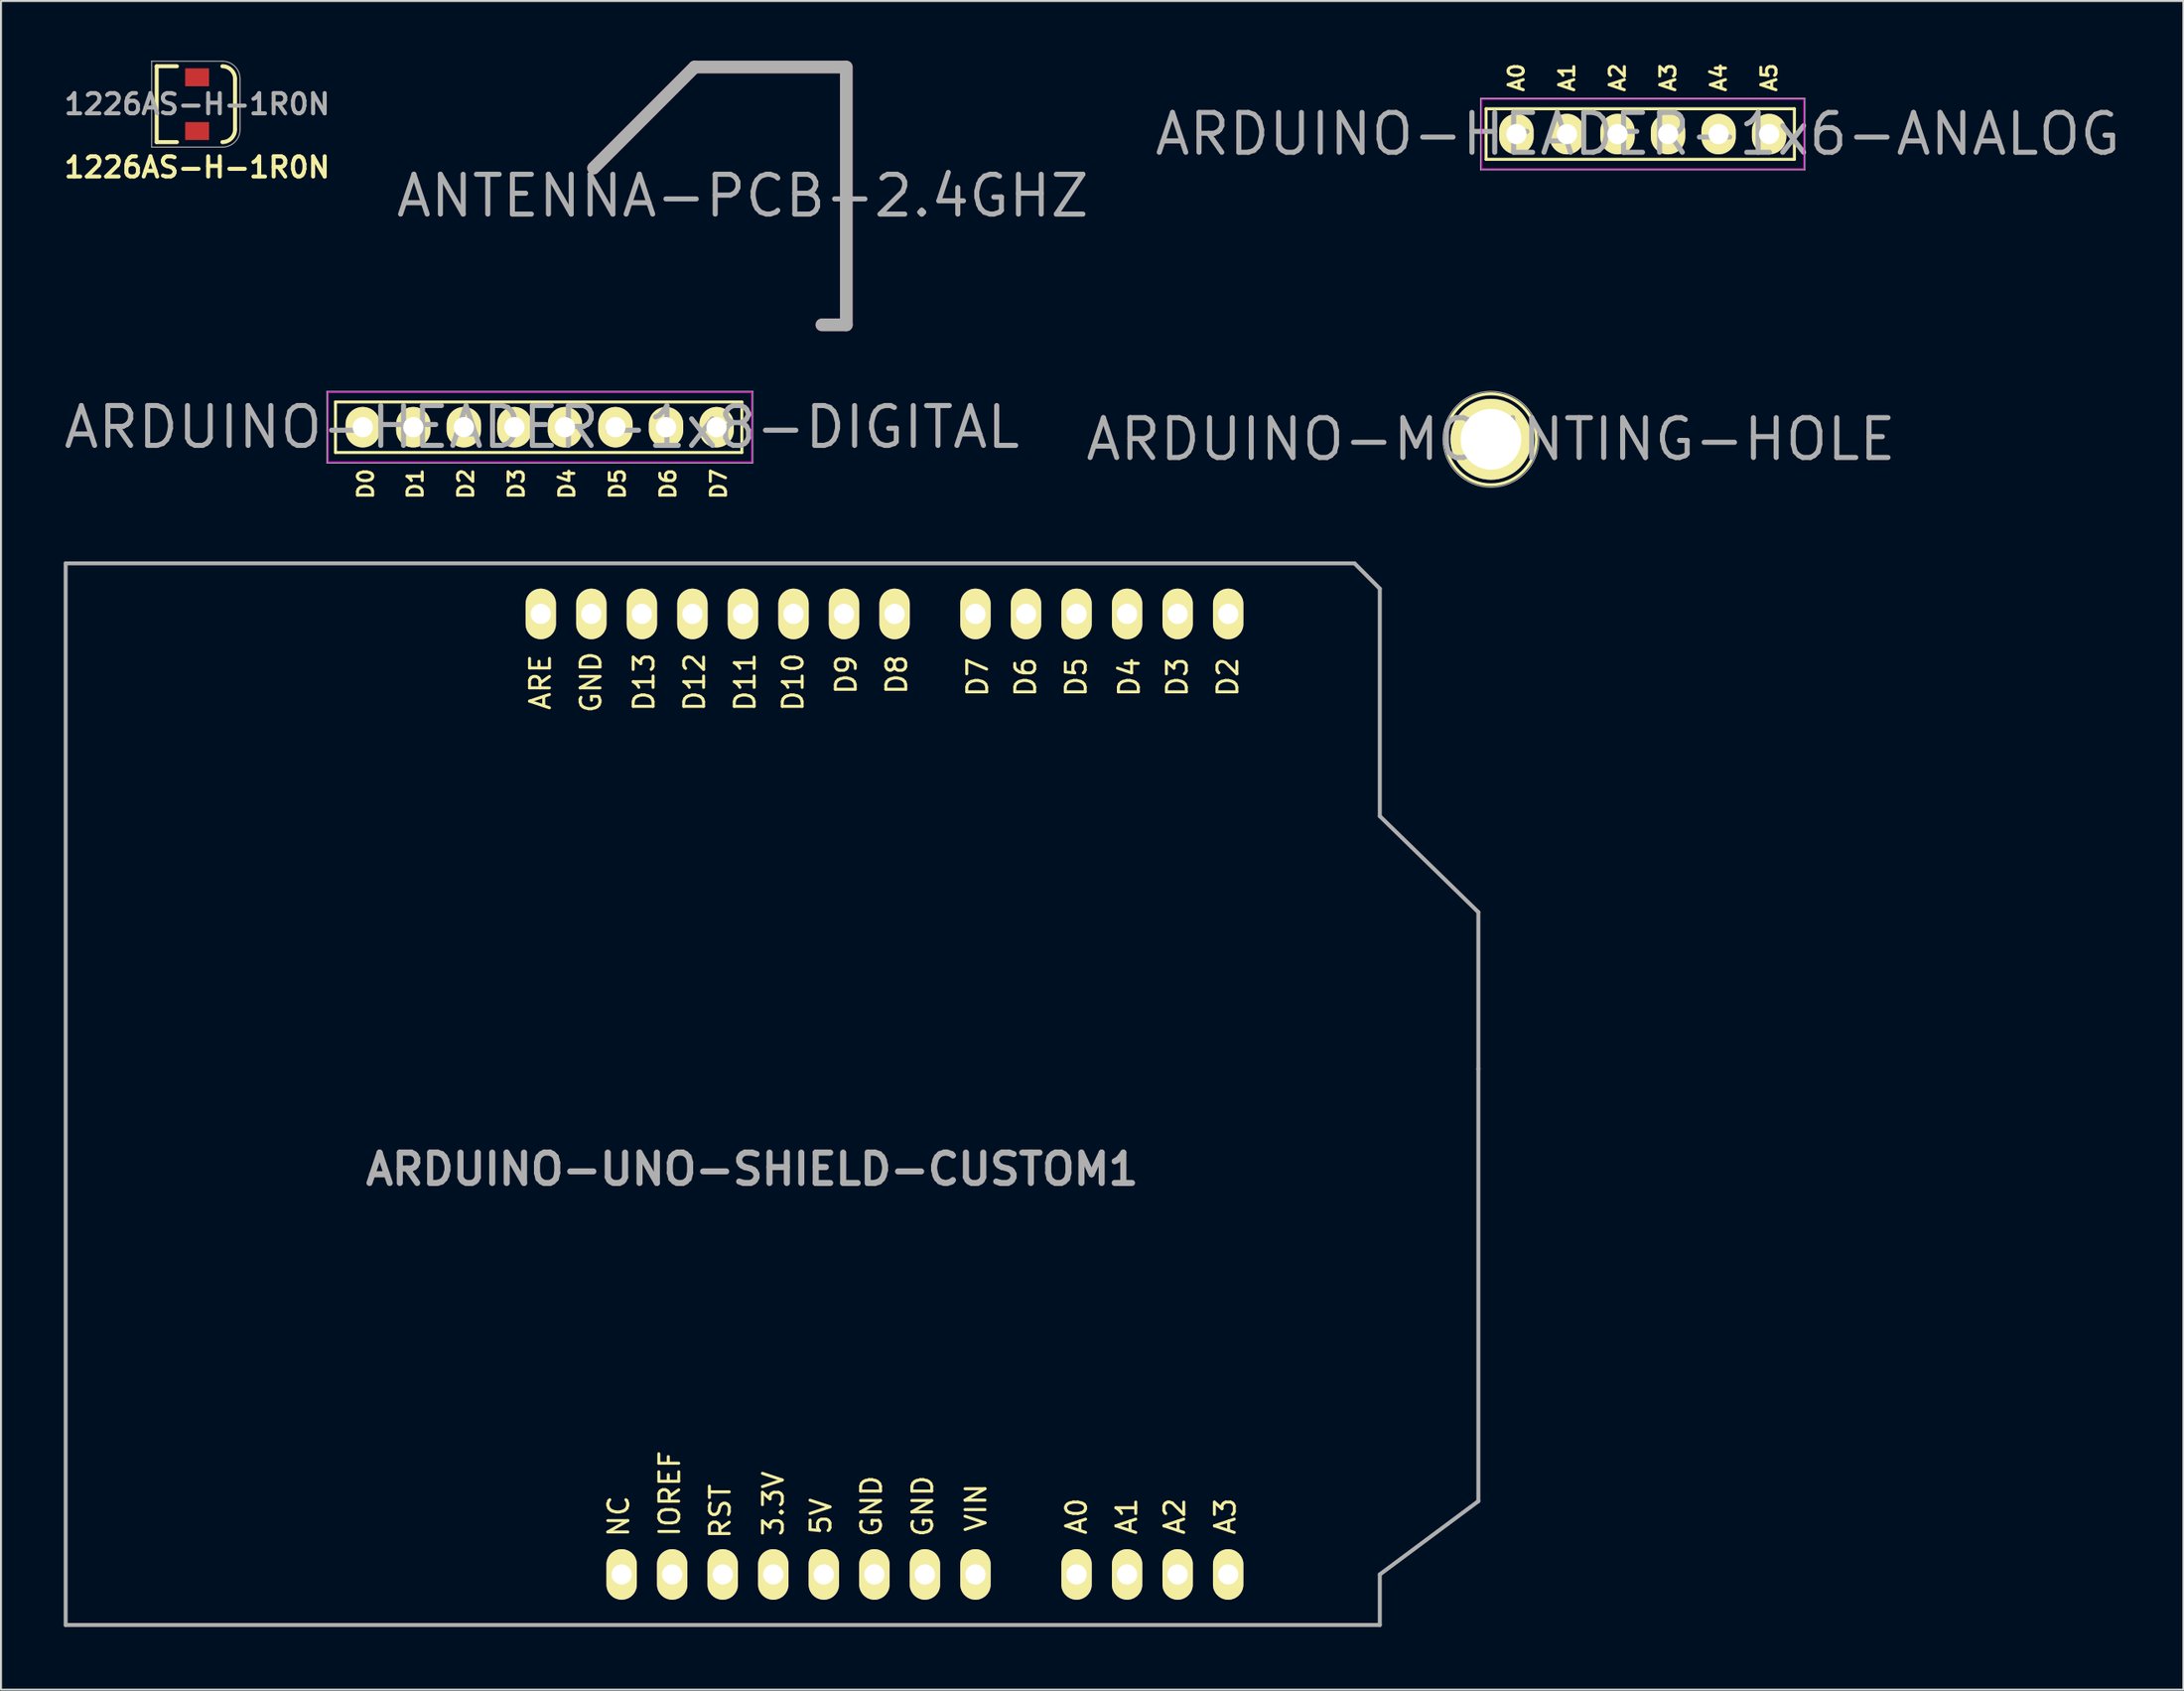
<source format=kicad_pcb>
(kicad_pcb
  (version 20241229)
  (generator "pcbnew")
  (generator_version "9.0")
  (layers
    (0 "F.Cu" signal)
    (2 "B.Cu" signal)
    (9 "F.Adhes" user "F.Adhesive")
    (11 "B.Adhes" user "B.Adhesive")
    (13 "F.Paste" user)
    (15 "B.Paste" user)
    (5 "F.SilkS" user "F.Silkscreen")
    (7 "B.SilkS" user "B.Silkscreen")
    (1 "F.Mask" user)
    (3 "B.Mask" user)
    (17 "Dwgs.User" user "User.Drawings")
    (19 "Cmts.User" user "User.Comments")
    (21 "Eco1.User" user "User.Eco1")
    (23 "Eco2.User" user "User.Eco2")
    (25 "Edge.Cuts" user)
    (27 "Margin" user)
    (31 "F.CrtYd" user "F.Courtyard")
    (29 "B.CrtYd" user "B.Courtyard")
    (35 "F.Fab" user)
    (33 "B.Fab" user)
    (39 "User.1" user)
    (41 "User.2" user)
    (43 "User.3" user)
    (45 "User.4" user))
  (footprint "1226AS-H-1R0N"
    (layer "F.Cu")
    (at 6.856 2.184)
    (property "Reference" "1226AS-H-1R0N" (at 0 0 0) (layer "F.Fab") (effects (font (size 1.016 1.016) (thickness 0.203))))
    (attr smd)
    (fp_line (start -2.032 -1.905) (end -2.032 1.905) (stroke (width 0.2) (type solid)) (layer "F.SilkS"))
    (fp_line (start -2.032 1.905) (end -1.016 1.905) (stroke (width 0.2) (type solid)) (layer "F.SilkS"))
    (fp_line (start -1.016 -1.905) (end -2.032 -1.905) (stroke (width 0.2) (type solid)) (layer "F.SilkS"))
    (fp_line (start 1.905 -1.27) (end 1.905 1.27) (stroke (width 0.2) (type solid)) (layer "F.SilkS"))
    (fp_arc (start 1.27 -1.905) (mid 1.719013 -1.719013) (end 1.905 -1.27) (stroke (width 0.2) (type solid)) (layer "F.SilkS"))
    (fp_arc (start 1.905 1.27) (mid 1.719013 1.719013) (end 1.27 1.905) (stroke (width 0.2) (type solid)) (layer "F.SilkS"))
    (fp_line (start -2.286 -2.159) (end 1.27 -2.159) (stroke (width 0.05) (type solid)) (layer "F.Fab"))
    (fp_line (start -2.286 2.159) (end -2.286 -2.159) (stroke (width 0.05) (type solid)) (layer "F.Fab"))
    (fp_line (start -2.286 2.159) (end 1.27 2.159) (stroke (width 0.05) (type solid)) (layer "F.Fab"))
    (fp_line (start 2.159 -1.27) (end 2.159 1.27) (stroke (width 0.05) (type solid)) (layer "F.Fab"))
    (fp_arc (start 1.27 -2.159) (mid 1.898618 -1.898618) (end 2.159 -1.27) (stroke (width 0.05) (type solid)) (layer "F.Fab"))
    (fp_arc (start 2.159 1.27) (mid 1.898618 1.898618) (end 1.27 2.159) (stroke (width 0.05) (type solid)) (layer "F.Fab"))
    (fp_text user "${REFERENCE}" (at 0 3.175 0) (layer "F.SilkS") (effects (font (size 1.016 1.016) (thickness 0.203))))
    (pad "1" smd rect (at 0 -1.35) (size 1.2 0.9) (layers "F.Cu" "F.Mask" "F.Paste"))
    (pad "2" smd rect (at 0 1.35) (size 1.2 0.9) (layers "F.Cu" "F.Mask" "F.Paste")))
  (footprint "ANTENNA-PCB-2.4GHZ"
    (layer "F.Cu")
    (at 26.78 5.397)
    (property "Reference" "ANTENNA-PCB-2.4GHZ" (at 7.493 1.397 0) (layer "F.Fab") (effects (font (size 2 2) (thickness 0.254))))
    (attr exclude_from_pos_files exclude_from_bom)
    (fp_line (start 5.08 -5.08) (end 0 0) (stroke (width 0.635) (type solid)) (layer "F.Cu"))
    (fp_line (start 11.473 7.874) (end 12.7 7.874) (stroke (width 0.635) (type solid)) (layer "F.Cu"))
    (fp_line (start 12.649 -5.08) (end 5.08 -5.08) (stroke (width 0.635) (type solid)) (layer "F.Cu"))
    (fp_line (start 12.7 7.874) (end 12.7 -5.08) (stroke (width 0.635) (type solid)) (layer "F.Cu"))
    (fp_line (start 5.08 -5.08) (end 0 0) (stroke (width 0.635) (type solid)) (layer "F.Mask"))
    (fp_line (start 11.473 7.874) (end 12.7 7.874) (stroke (width 0.635) (type solid)) (layer "F.Mask"))
    (fp_line (start 12.649 -5.08) (end 5.08 -5.08) (stroke (width 0.635) (type solid)) (layer "F.Mask"))
    (fp_line (start 12.7 7.874) (end 12.7 -5.08) (stroke (width 0.635) (type solid)) (layer "F.Mask"))
    (fp_line (start 5.08 -5.08) (end 0 0) (stroke (width 0.635) (type solid)) (layer "F.Fab"))
    (fp_line (start 11.473 7.874) (end 12.7 7.874) (stroke (width 0.635) (type solid)) (layer "F.Fab"))
    (fp_line (start 12.649 -5.08) (end 5.08 -5.08) (stroke (width 0.635) (type solid)) (layer "F.Fab"))
    (fp_line (start 12.7 7.874) (end 12.7 -5.08) (stroke (width 0.635) (type solid)) (layer "F.Fab"))
    (pad "GND" smd circle (at 0 0) (size 0.635 0.635) (layers "F.Cu")))
  (footprint "ARDUINO-UNO-SHIELD-CUSTOM1"
    (layer "F.Cu")
    (at 0.25 78.595)
    (property "Reference" "ARDUINO-UNO-SHIELD-CUSTOM1" (at 34.5 -22.9 0) (layer "F.Fab") (effects (font (size 1.524 1.524) (thickness 0.305))))
    (attr smd)
    (fp_line (start 0 0) (end 0 -53.34) (stroke (width 0.2) (type solid)) (layer "F.Fab"))
    (fp_line (start 0 0) (end 66.04 0) (stroke (width 0.2) (type solid)) (layer "F.Fab"))
    (fp_line (start 64.77 -53.34) (end 0 -53.34) (stroke (width 0.2) (type solid)) (layer "F.Fab"))
    (fp_line (start 66.04 -52.07) (end 64.77 -53.34) (stroke (width 0.2) (type solid)) (layer "F.Fab"))
    (fp_line (start 66.04 -40.64) (end 66.04 -52.07) (stroke (width 0.2) (type solid)) (layer "F.Fab"))
    (fp_line (start 66.04 -40.64) (end 70.993 -35.814) (stroke (width 0.2) (type solid)) (layer "F.Fab"))
    (fp_line (start 66.04 -2.54) (end 66.04 0) (stroke (width 0.2) (type solid)) (layer "F.Fab"))
    (fp_line (start 66.04 -2.54) (end 70.993 -6.223) (stroke (width 0.2) (type solid)) (layer "F.Fab"))
    (fp_line (start 70.993 -35.814) (end 70.993 -27.94) (stroke (width 0.2) (type solid)) (layer "F.Fab"))
    (fp_line (start 70.993 -27.94) (end 70.993 -6.223) (stroke (width 0.2) (type solid)) (layer "F.Fab"))
    (fp_text user "NC" (at 27.793 -5.461 90) (layer "F.SilkS") (effects (font (size 1 1) (thickness 0.15))))
    (fp_text user "D12" (at 31.603 -47.371 90) (layer "F.SilkS") (effects (font (size 1 1) (thickness 0.15))))
    (fp_text user "GND" (at 40.493 -5.969 90) (layer "F.SilkS") (effects (font (size 1 1) (thickness 0.15))))
    (fp_text user "3.3V" (at 35.56 -6.096 90) (layer "F.SilkS") (effects (font (size 1 1) (thickness 0.15))))
    (fp_text user "D10" (at 36.556 -47.371 90) (layer "F.SilkS") (effects (font (size 1 1) (thickness 0.15))))
    (fp_text user "GND" (at 43.068 -5.969 90) (layer "F.SilkS") (effects (font (size 1 1) (thickness 0.15))))
    (fp_text user "D6" (at 48.24 -47.625 90) (layer "F.SilkS") (effects (font (size 1 1) (thickness 0.15))))
    (fp_text user "D4" (at 53.447 -47.625 90) (layer "F.SilkS") (effects (font (size 1 1) (thickness 0.15))))
    (fp_text user "D2" (at 58.4 -47.625 90) (layer "F.SilkS") (effects (font (size 1 1) (thickness 0.15))))
    (fp_text user "D8" (at 41.763 -47.752 90) (layer "F.SilkS") (effects (font (size 1 1) (thickness 0.15))))
    (fp_text user "D11" (at 34.143 -47.371 90) (layer "F.SilkS") (effects (font (size 1 1) (thickness 0.15))))
    (fp_text user "D9" (at 39.223 -47.752 90) (layer "F.SilkS") (effects (font (size 1 1) (thickness 0.15))))
    (fp_text user "A2" (at 55.733 -5.461 90) (layer "F.SilkS") (effects (font (size 1 1) (thickness 0.15))))
    (fp_text user "5V" (at 37.953 -5.461 90) (layer "F.SilkS") (effects (font (size 1 1) (thickness 0.15))))
    (fp_text user "A1" (at 53.32 -5.461 90) (layer "F.SilkS") (effects (font (size 1 1) (thickness 0.15))))
    (fp_text user "VIN" (at 45.743 -5.894 90) (layer "F.SilkS") (effects (font (size 1 1) (thickness 0.15))))
    (fp_text user "ARE" (at 23.856 -47.371 90) (layer "F.SilkS") (effects (font (size 1 1) (thickness 0.15))))
    (fp_text user "D13" (at 29.063 -47.371 90) (layer "F.SilkS") (effects (font (size 1 1) (thickness 0.15))))
    (fp_text user "RST" (at 32.893 -5.715 90) (layer "F.SilkS") (effects (font (size 1 1) (thickness 0.15))))
    (fp_text user "GND" (at 26.396 -47.371 90) (layer "F.SilkS") (effects (font (size 1 1) (thickness 0.15))))
    (fp_text user "A3" (at 58.273 -5.461 90) (layer "F.SilkS") (effects (font (size 1 1) (thickness 0.15))))
    (fp_text user "D5" (at 50.78 -47.625 90) (layer "F.SilkS") (effects (font (size 1 1) (thickness 0.15))))
    (fp_text user "D7" (at 45.827 -47.625 90) (layer "F.SilkS") (effects (font (size 1 1) (thickness 0.15))))
    (fp_text user "IOREF" (at 30.353 -6.604 90) (layer "F.SilkS") (effects (font (size 1 1) (thickness 0.15))))
    (fp_text user "A0" (at 50.8 -5.461 90) (layer "F.SilkS") (effects (font (size 1 1) (thickness 0.15))))
    (fp_text user "D3" (at 55.86 -47.625 90) (layer "F.SilkS") (effects (font (size 1 1) (thickness 0.15))))
    (pad "3V3" thru_hole oval (at 35.56 -2.54 90) (size 2.54 1.524) (drill 1.016) (layers "*.Cu" "*.Mask" "F.SilkS"))
    (pad "5V" thru_hole oval (at 38.1 -2.54 90) (size 2.54 1.524) (drill 1.016) (layers "*.Cu" "*.Mask" "F.SilkS"))
    (pad "A0" thru_hole oval (at 50.8 -2.54 90) (size 2.54 1.524) (drill 1.016) (layers "*.Cu" "*.Mask" "F.SilkS"))
    (pad "A1" thru_hole oval (at 53.34 -2.54 90) (size 2.54 1.524) (drill 1.016) (layers "*.Cu" "*.Mask" "F.SilkS"))
    (pad "A2" thru_hole oval (at 55.88 -2.54 90) (size 2.54 1.524) (drill 1.016) (layers "*.Cu" "*.Mask" "F.SilkS"))
    (pad "A3" thru_hole oval (at 58.42 -2.54 90) (size 2.54 1.524) (drill 1.016) (layers "*.Cu" "*.Mask" "F.SilkS"))
    (pad "AREF" thru_hole oval (at 23.876 -50.8 90) (size 2.54 1.524) (drill 1.016) (layers "*.Cu" "*.Mask" "F.SilkS"))
    (pad "D2" thru_hole oval (at 58.42 -50.8 90) (size 2.54 1.524) (drill 1.016) (layers "*.Cu" "*.Mask" "F.SilkS"))
    (pad "D3" thru_hole oval (at 55.88 -50.8 90) (size 2.54 1.524) (drill 1.016) (layers "*.Cu" "*.Mask" "F.SilkS"))
    (pad "D4" thru_hole oval (at 53.34 -50.8 90) (size 2.54 1.524) (drill 1.016) (layers "*.Cu" "*.Mask" "F.SilkS"))
    (pad "D5" thru_hole oval (at 50.8 -50.8 90) (size 2.54 1.524) (drill 1.016) (layers "*.Cu" "*.Mask" "F.SilkS"))
    (pad "D6" thru_hole oval (at 48.26 -50.8 90) (size 2.54 1.524) (drill 1.016) (layers "*.Cu" "*.Mask" "F.SilkS"))
    (pad "D7" thru_hole oval (at 45.72 -50.8 90) (size 2.54 1.524) (drill 1.016) (layers "*.Cu" "*.Mask" "F.SilkS"))
    (pad "D8" thru_hole oval (at 41.656 -50.8 90) (size 2.54 1.524) (drill 1.016) (layers "*.Cu" "*.Mask" "F.SilkS"))
    (pad "D9" thru_hole oval (at 39.116 -50.8 90) (size 2.54 1.524) (drill 1.016) (layers "*.Cu" "*.Mask" "F.SilkS"))
    (pad "D10" thru_hole oval (at 36.576 -50.8 90) (size 2.54 1.524) (drill 1.016) (layers "*.Cu" "*.Mask" "F.SilkS"))
    (pad "D11" thru_hole oval (at 34.036 -50.8 90) (size 2.54 1.524) (drill 1.016) (layers "*.Cu" "*.Mask" "F.SilkS"))
    (pad "D12" thru_hole oval (at 31.496 -50.8 90) (size 2.54 1.524) (drill 1.016) (layers "*.Cu" "*.Mask" "F.SilkS"))
    (pad "D13" thru_hole oval (at 28.956 -50.8 90) (size 2.54 1.524) (drill 1.016) (layers "*.Cu" "*.Mask" "F.SilkS"))
    (pad "GND1" thru_hole oval (at 40.64 -2.54 90) (size 2.54 1.524) (drill 1.016) (layers "*.Cu" "*.Mask" "F.SilkS"))
    (pad "GND2" thru_hole oval (at 43.18 -2.54 90) (size 2.54 1.524) (drill 1.016) (layers "*.Cu" "*.Mask" "F.SilkS"))
    (pad "GND3" thru_hole oval (at 26.416 -50.8 90) (size 2.54 1.524) (drill 1.016) (layers "*.Cu" "*.Mask" "F.SilkS"))
    (pad "IO" thru_hole oval (at 30.48 -2.54 90) (size 2.54 1.524) (drill 1.016) (layers "*.Cu" "*.Mask" "F.SilkS"))
    (pad "NC" thru_hole oval (at 27.94 -2.54 90) (size 2.54 1.524) (drill 1.016) (layers "*.Cu" "*.Mask" "F.SilkS"))
    (pad "RST" thru_hole oval (at 33.02 -2.54 90) (size 2.54 1.524) (drill 1.016) (layers "*.Cu" "*.Mask" "F.SilkS"))
    (pad "VIN" thru_hole oval (at 45.72 -2.54 90) (size 2.54 1.524) (drill 1.016) (layers "*.Cu" "*.Mask" "F.SilkS")))
  (footprint "ARDUINO-MOUNTING-HOLE"
    (layer "F.Cu")
    (at 71.876 19.022)
    (property "Reference" "ARDUINO-MOUNTING-HOLE" (at 0 0 0) (layer "F.Fab") (effects (font (size 2 2) (thickness 0.254))))
    (attr exclude_from_pos_files exclude_from_bom)
    (fp_circle (center 0 0) (end 0 -2.286) (stroke (width 0.15) (type solid)) (fill no) (layer "F.SilkS"))
    (fp_circle (center 0 0) (end 1.6 1.8) (stroke (width 0.05) (type solid)) (fill no) (layer "F.Fab"))
    (pad "1" thru_hole circle (at 0 0) (size 4.064 4.064) (drill 3.048) (layers "*.Cu" "*.Mask" "F.SilkS")))
  (footprint "ARDUINO-HEADER-1x6-ANALOG"
    (layer "F.Cu")
    (at 73.154 3.687)
    (property "Reference" "ARDUINO-HEADER-1x6-ANALOG" (at 6.1 0 0) (layer "F.Fab") (effects (font (size 2 2) (thickness 0.254))))
    (attr smd)
    (fp_line (start -1.524 1.27) (end -1.524 -1.27) (stroke (width 0.15) (type solid)) (layer "F.SilkS"))
    (fp_line (start -1.524 1.27) (end 13.97 1.27) (stroke (width 0.15) (type solid)) (layer "F.SilkS"))
    (fp_line (start 13.97 -1.27) (end -1.524 -1.27) (stroke (width 0.15) (type solid)) (layer "F.SilkS"))
    (fp_line (start 13.97 1.27) (end 13.97 -1.27) (stroke (width 0.15) (type solid)) (layer "F.SilkS"))
    (fp_line (start -1.75 -1.75) (end -1.75 1.75) (stroke (width 0.05) (type solid)) (layer "F.CrtYd"))
    (fp_line (start -1.75 -1.75) (end 14.45 -1.75) (stroke (width 0.05) (type solid)) (layer "F.CrtYd"))
    (fp_line (start -1.75 1.75) (end 14.45 1.75) (stroke (width 0.05) (type solid)) (layer "F.CrtYd"))
    (fp_line (start 14.45 -1.75) (end 14.45 1.75) (stroke (width 0.05) (type solid)) (layer "F.CrtYd"))
    (fp_line (start -1.8 -1.8) (end -1.8 1.8) (stroke (width 0.05) (type solid)) (layer "F.Fab"))
    (fp_line (start -1.8 1.8) (end 14.5 1.8) (stroke (width 0.05) (type solid)) (layer "F.Fab"))
    (fp_line (start 14.5 -1.8) (end -1.8 -1.8) (stroke (width 0.05) (type solid)) (layer "F.Fab"))
    (fp_line (start 14.5 1.8) (end 14.5 -1.8) (stroke (width 0.05) (type solid)) (layer "F.Fab"))
    (fp_text user "A1" (at 2.54 -2.845 90) (layer "F.SilkS") (effects (font (size 0.762 0.762) (thickness 0.152))))
    (fp_text user "A5" (at 12.7 -2.845 90) (layer "F.SilkS") (effects (font (size 0.762 0.762) (thickness 0.152))))
    (fp_text user "A0" (at 0 -2.845 90) (layer "F.SilkS") (effects (font (size 0.762 0.762) (thickness 0.152))))
    (fp_text user "A4" (at 10.16 -2.845 90) (layer "F.SilkS") (effects (font (size 0.762 0.762) (thickness 0.152))))
    (fp_text user "A3" (at 7.62 -2.845 90) (layer "F.SilkS") (effects (font (size 0.762 0.762) (thickness 0.152))))
    (fp_text user "A2" (at 5.08 -2.845 90) (layer "F.SilkS") (effects (font (size 0.762 0.762) (thickness 0.152))))
    (pad "A0" thru_hole oval (at 0 0) (size 1.727 2.032) (drill 1.016) (layers "*.Cu" "*.Mask" "F.SilkS"))
    (pad "A1" thru_hole oval (at 2.54 0) (size 1.727 2.032) (drill 1.016) (layers "*.Cu" "*.Mask" "F.SilkS"))
    (pad "A2" thru_hole oval (at 5.08 0) (size 1.727 2.032) (drill 1.016) (layers "*.Cu" "*.Mask" "F.SilkS"))
    (pad "A3" thru_hole oval (at 7.62 0) (size 1.727 2.032) (drill 1.016) (layers "*.Cu" "*.Mask" "F.SilkS"))
    (pad "A4" thru_hole oval (at 10.16 0) (size 1.727 2.032) (drill 1.016) (layers "*.Cu" "*.Mask" "F.SilkS"))
    (pad "A5" thru_hole oval (at 12.7 0) (size 1.727 2.032) (drill 1.016) (layers "*.Cu" "*.Mask" "F.SilkS")))
  (footprint "ARDUINO-HEADER-1x8-DIGITAL"
    (layer "F.Cu")
    (at 15.181 18.414)
    (property "Reference" "ARDUINO-HEADER-1x8-DIGITAL" (at 9 0 0) (layer "F.Fab") (effects (font (size 2 2) (thickness 0.254))))
    (attr smd)
    (fp_line (start -1.372 1.27) (end -1.372 -1.27) (stroke (width 0.15) (type solid)) (layer "F.SilkS"))
    (fp_line (start -1.372 1.27) (end 19.05 1.27) (stroke (width 0.15) (type solid)) (layer "F.SilkS"))
    (fp_line (start 19.05 -1.27) (end -1.372 -1.27) (stroke (width 0.15) (type solid)) (layer "F.SilkS"))
    (fp_line (start 19.05 1.27) (end 19.05 -1.27) (stroke (width 0.15) (type solid)) (layer "F.SilkS"))
    (fp_line (start -1.75 -1.75) (end -1.75 1.75) (stroke (width 0.05) (type solid)) (layer "F.CrtYd"))
    (fp_line (start -1.75 -1.75) (end 19.55 -1.75) (stroke (width 0.05) (type solid)) (layer "F.CrtYd"))
    (fp_line (start -1.75 1.75) (end 19.55 1.75) (stroke (width 0.05) (type solid)) (layer "F.CrtYd"))
    (fp_line (start 19.55 -1.75) (end 19.55 1.75) (stroke (width 0.05) (type solid)) (layer "F.CrtYd"))
    (fp_line (start -1.8 -1.8) (end -1.8 1.8) (stroke (width 0.05) (type solid)) (layer "F.Fab"))
    (fp_line (start -1.8 1.8) (end 19.6 1.8) (stroke (width 0.05) (type solid)) (layer "F.Fab"))
    (fp_line (start 19.6 -1.8) (end -1.8 -1.8) (stroke (width 0.05) (type solid)) (layer "F.Fab"))
    (fp_line (start 19.6 1.8) (end 19.6 -1.8) (stroke (width 0.05) (type solid)) (layer "F.Fab"))
    (fp_text user "D0" (at 0.152 2.845 90) (layer "F.SilkS") (effects (font (size 0.762 0.762) (thickness 0.152))))
    (fp_text user "D7" (at 17.882 2.845 270) (layer "F.SilkS") (effects (font (size 0.762 0.762) (thickness 0.152))))
    (fp_text user "D4" (at 10.262 2.845 270) (layer "F.SilkS") (effects (font (size 0.762 0.762) (thickness 0.152))))
    (fp_text user "D1" (at 2.642 2.845 90) (layer "F.SilkS") (effects (font (size 0.762 0.762) (thickness 0.152))))
    (fp_text user "D2" (at 5.182 2.845 90) (layer "F.SilkS") (effects (font (size 0.762 0.762) (thickness 0.152))))
    (fp_text user "D6" (at 15.342 2.845 270) (layer "F.SilkS") (effects (font (size 0.762 0.762) (thickness 0.152))))
    (fp_text user "D5" (at 12.802 2.845 270) (layer "F.SilkS") (effects (font (size 0.762 0.762) (thickness 0.152))))
    (fp_text user "D3" (at 7.722 2.845 270) (layer "F.SilkS") (effects (font (size 0.762 0.762) (thickness 0.152))))
    (pad "D0" thru_hole oval (at 0 0) (size 1.727 2.032) (drill 1.016) (layers "*.Cu" "*.Mask" "F.SilkS"))
    (pad "D1" thru_hole oval (at 2.54 0) (size 1.727 2.032) (drill 1.016) (layers "*.Cu" "*.Mask" "F.SilkS"))
    (pad "D2" thru_hole oval (at 5.08 0) (size 1.727 2.032) (drill 1.016) (layers "*.Cu" "*.Mask" "F.SilkS"))
    (pad "D3" thru_hole oval (at 7.62 0) (size 1.727 2.032) (drill 1.016) (layers "*.Cu" "*.Mask" "F.SilkS"))
    (pad "D4" thru_hole oval (at 10.16 0) (size 1.727 2.032) (drill 1.016) (layers "*.Cu" "*.Mask" "F.SilkS"))
    (pad "D5" thru_hole oval (at 12.7 0) (size 1.727 2.032) (drill 1.016) (layers "*.Cu" "*.Mask" "F.SilkS"))
    (pad "D6" thru_hole oval (at 15.24 0) (size 1.727 2.032) (drill 1.016) (layers "*.Cu" "*.Mask" "F.SilkS"))
    (pad "D7" thru_hole oval (at 17.78 0) (size 1.727 2.032) (drill 1.016) (layers "*.Cu" "*.Mask" "F.SilkS")))
  (gr_rect
    (start -3 -3)
    (end 106.673 81.845)
    (stroke (width 0.1) (type default))
    (fill no)
    (layer "Edge.Cuts")))
</source>
